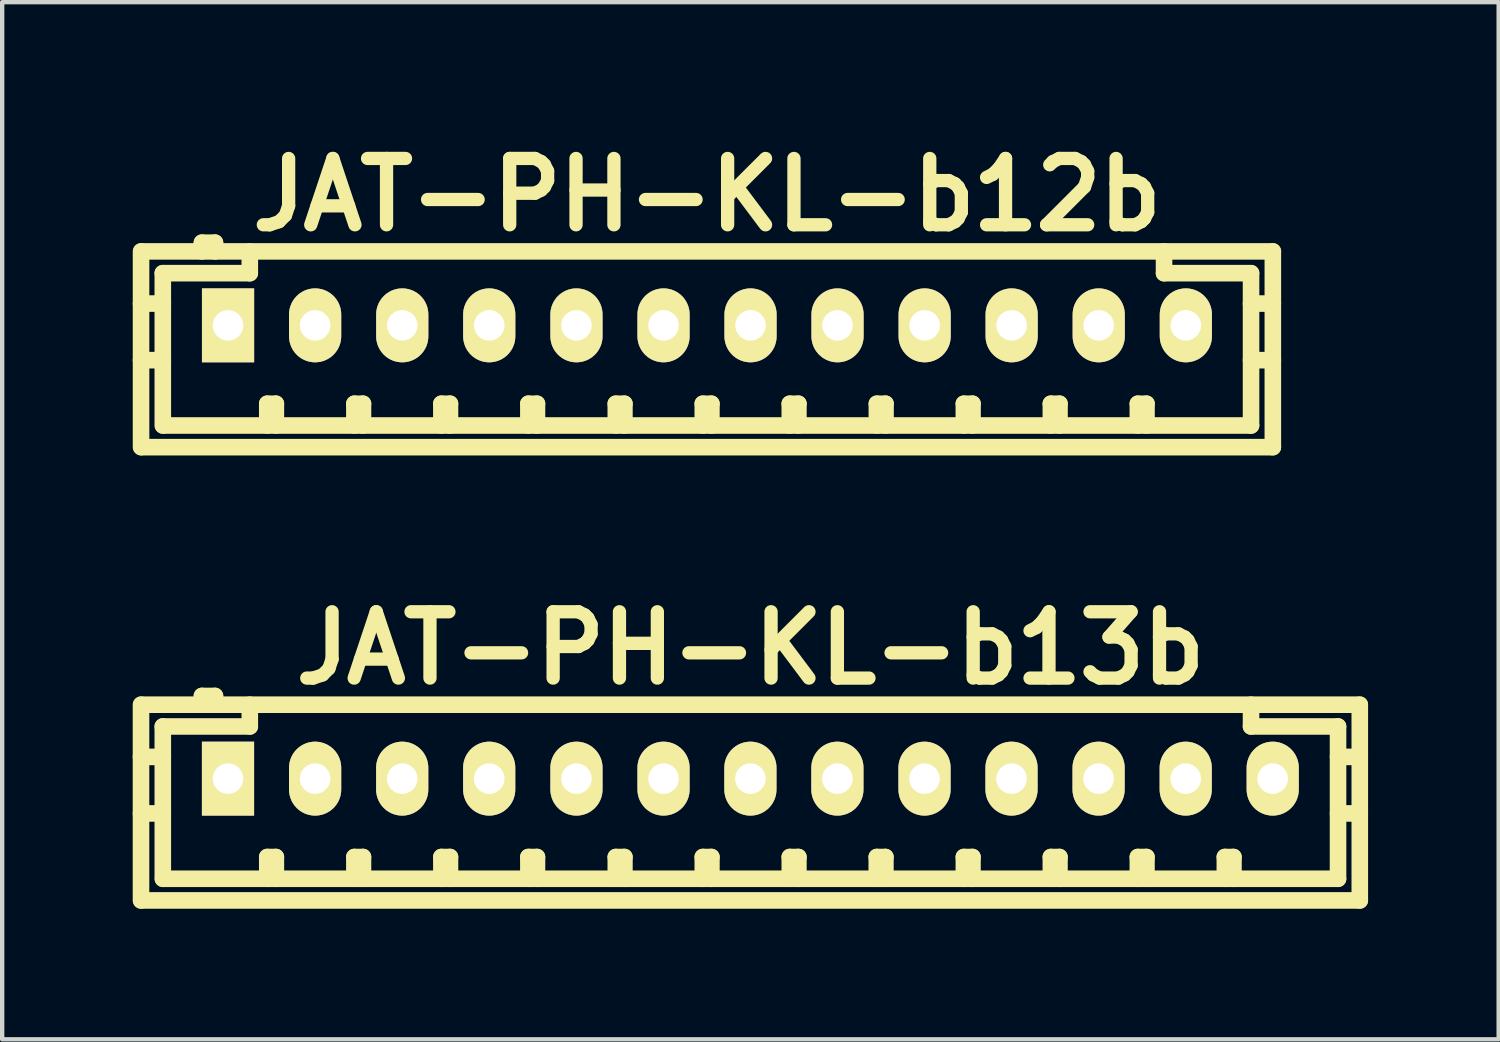
<source format=kicad_pcb>
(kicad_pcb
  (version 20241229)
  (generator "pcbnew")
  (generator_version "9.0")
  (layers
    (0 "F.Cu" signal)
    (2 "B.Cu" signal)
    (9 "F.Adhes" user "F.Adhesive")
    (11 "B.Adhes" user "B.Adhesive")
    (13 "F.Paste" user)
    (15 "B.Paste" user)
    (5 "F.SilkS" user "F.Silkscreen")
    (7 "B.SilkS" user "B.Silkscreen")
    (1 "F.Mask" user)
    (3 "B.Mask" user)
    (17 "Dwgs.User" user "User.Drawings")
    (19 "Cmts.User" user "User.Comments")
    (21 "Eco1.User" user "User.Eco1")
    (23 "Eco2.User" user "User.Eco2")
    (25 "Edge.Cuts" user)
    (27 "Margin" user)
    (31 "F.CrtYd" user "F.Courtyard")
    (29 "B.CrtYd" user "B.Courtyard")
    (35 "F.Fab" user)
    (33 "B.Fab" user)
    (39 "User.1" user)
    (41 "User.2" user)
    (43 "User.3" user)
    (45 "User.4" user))
  (footprint "JAT-PH-KL-b12b"
    (layer "F.Cu")
    (at 13.198 4.426)
    (property "Reference" "JAT-PH-KL-b12b" (at 0 -3 0) (layer "F.SilkS") (effects (font (size 1.524 1.524) (thickness 0.305))))
    (attr through_hole)
    (fp_line (start -13.007 -1.699) (end -13.007 2.799) (stroke (width 0.381) (type solid)) (layer "F.SilkS"))
    (fp_line (start -13 -1.699) (end 13 -1.699) (stroke (width 0.381) (type solid)) (layer "F.SilkS"))
    (fp_line (start -13 2.799) (end 13 2.799) (stroke (width 0.381) (type solid)) (layer "F.SilkS"))
    (fp_line (start -12.507 -1.199) (end -12.507 2.301) (stroke (width 0.381) (type solid)) (layer "F.SilkS"))
    (fp_line (start -12.507 -0.5) (end -13.007 -0.5) (stroke (width 0.381) (type solid)) (layer "F.SilkS"))
    (fp_line (start -12.507 0.8) (end -13.007 0.8) (stroke (width 0.381) (type solid)) (layer "F.SilkS"))
    (fp_line (start -11.608 -1.9) (end -11.608 -1.699) (stroke (width 0.381) (type solid)) (layer "F.SilkS"))
    (fp_line (start -11.308 -1.9) (end -11.608 -1.9) (stroke (width 0.381) (type solid)) (layer "F.SilkS"))
    (fp_line (start -11.308 -1.699) (end -11.308 -1.9) (stroke (width 0.381) (type solid)) (layer "F.SilkS"))
    (fp_line (start -10.508 -1.699) (end -10.508 -1.199) (stroke (width 0.381) (type solid)) (layer "F.SilkS"))
    (fp_line (start -10.508 -1.199) (end -12.507 -1.199) (stroke (width 0.381) (type solid)) (layer "F.SilkS"))
    (fp_line (start -10.107 1.801) (end -9.909 1.801) (stroke (width 0.381) (type solid)) (layer "F.SilkS"))
    (fp_line (start -10.107 2.301) (end -10.107 1.801) (stroke (width 0.381) (type solid)) (layer "F.SilkS"))
    (fp_line (start -9.909 1.801) (end -9.909 2.301) (stroke (width 0.381) (type solid)) (layer "F.SilkS"))
    (fp_line (start -8.105 1.801) (end -7.907 1.801) (stroke (width 0.381) (type solid)) (layer "F.SilkS"))
    (fp_line (start -8.105 2.301) (end -8.105 1.801) (stroke (width 0.381) (type solid)) (layer "F.SilkS"))
    (fp_line (start -7.907 1.801) (end -7.907 2.301) (stroke (width 0.381) (type solid)) (layer "F.SilkS"))
    (fp_line (start -6.106 1.801) (end -5.908 1.801) (stroke (width 0.381) (type solid)) (layer "F.SilkS"))
    (fp_line (start -6.106 2.301) (end -6.106 1.801) (stroke (width 0.381) (type solid)) (layer "F.SilkS"))
    (fp_line (start -5.908 1.801) (end -5.908 2.301) (stroke (width 0.381) (type solid)) (layer "F.SilkS"))
    (fp_line (start -4.107 1.801) (end -3.909 1.801) (stroke (width 0.381) (type solid)) (layer "F.SilkS"))
    (fp_line (start -4.107 2.301) (end -4.107 1.801) (stroke (width 0.381) (type solid)) (layer "F.SilkS"))
    (fp_line (start -3.909 1.801) (end -3.909 2.301) (stroke (width 0.381) (type solid)) (layer "F.SilkS"))
    (fp_line (start -2.098 1.801) (end -1.9 1.801) (stroke (width 0.381) (type solid)) (layer "F.SilkS"))
    (fp_line (start -2.098 2.301) (end -2.098 1.801) (stroke (width 0.381) (type solid)) (layer "F.SilkS"))
    (fp_line (start -1.9 1.801) (end -1.9 2.301) (stroke (width 0.381) (type solid)) (layer "F.SilkS"))
    (fp_line (start -0.099 1.801) (end 0.099 1.801) (stroke (width 0.381) (type solid)) (layer "F.SilkS"))
    (fp_line (start -0.099 2.301) (end -0.099 1.801) (stroke (width 0.381) (type solid)) (layer "F.SilkS"))
    (fp_line (start 0.099 1.801) (end 0.099 2.301) (stroke (width 0.381) (type solid)) (layer "F.SilkS"))
    (fp_line (start 1.9 1.801) (end 2.098 1.801) (stroke (width 0.381) (type solid)) (layer "F.SilkS"))
    (fp_line (start 1.9 2.301) (end 1.9 1.801) (stroke (width 0.381) (type solid)) (layer "F.SilkS"))
    (fp_line (start 2.098 1.801) (end 2.098 2.301) (stroke (width 0.381) (type solid)) (layer "F.SilkS"))
    (fp_line (start 3.901 1.801) (end 4.1 1.801) (stroke (width 0.381) (type solid)) (layer "F.SilkS"))
    (fp_line (start 3.901 2.301) (end 3.901 1.801) (stroke (width 0.381) (type solid)) (layer "F.SilkS"))
    (fp_line (start 4.1 1.801) (end 4.1 2.301) (stroke (width 0.381) (type solid)) (layer "F.SilkS"))
    (fp_line (start 5.9 1.801) (end 6.099 1.801) (stroke (width 0.381) (type solid)) (layer "F.SilkS"))
    (fp_line (start 5.9 2.301) (end 5.9 1.801) (stroke (width 0.381) (type solid)) (layer "F.SilkS"))
    (fp_line (start 6.099 1.801) (end 6.099 2.301) (stroke (width 0.381) (type solid)) (layer "F.SilkS"))
    (fp_line (start 7.899 1.801) (end 8.098 1.801) (stroke (width 0.381) (type solid)) (layer "F.SilkS"))
    (fp_line (start 7.899 2.301) (end 7.899 1.801) (stroke (width 0.381) (type solid)) (layer "F.SilkS"))
    (fp_line (start 8.098 1.801) (end 8.098 2.301) (stroke (width 0.381) (type solid)) (layer "F.SilkS"))
    (fp_line (start 9.898 1.801) (end 10.097 1.801) (stroke (width 0.381) (type solid)) (layer "F.SilkS"))
    (fp_line (start 9.898 2.301) (end 9.898 1.801) (stroke (width 0.381) (type solid)) (layer "F.SilkS"))
    (fp_line (start 10.097 1.801) (end 10.097 2.301) (stroke (width 0.381) (type solid)) (layer "F.SilkS"))
    (fp_line (start 10.5 -1.199) (end 10.5 -1.699) (stroke (width 0.381) (type solid)) (layer "F.SilkS"))
    (fp_line (start 12.499 -1.199) (end 10.5 -1.199) (stroke (width 0.381) (type solid)) (layer "F.SilkS"))
    (fp_line (start 12.499 0.8) (end 13 0.8) (stroke (width 0.381) (type solid)) (layer "F.SilkS"))
    (fp_line (start 12.499 2.301) (end -12.499 2.301) (stroke (width 0.381) (type solid)) (layer "F.SilkS"))
    (fp_line (start 12.499 2.301) (end 12.499 -1.199) (stroke (width 0.381) (type solid)) (layer "F.SilkS"))
    (fp_line (start 13 -1.699) (end 13 2.799) (stroke (width 0.381) (type solid)) (layer "F.SilkS"))
    (fp_line (start 13 -0.5) (end 12.499 -0.5) (stroke (width 0.381) (type solid)) (layer "F.SilkS"))
    (pad "1" thru_hole rect (at -11.008 0) (size 1.199 1.699) (drill 0.701) (layers "*.Cu" "*.Mask" "F.SilkS"))
    (pad "2" thru_hole oval (at -9.007 0) (size 1.199 1.699) (drill 0.701) (layers "*.Cu" "*.Mask" "F.SilkS"))
    (pad "3" thru_hole oval (at -7.005 0) (size 1.199 1.699) (drill 0.701) (layers "*.Cu" "*.Mask" "F.SilkS"))
    (pad "4" thru_hole oval (at -5.006 0) (size 1.199 1.699) (drill 0.701) (layers "*.Cu" "*.Mask" "F.SilkS"))
    (pad "5" thru_hole oval (at -3.002 0) (size 1.199 1.699) (drill 0.701) (layers "*.Cu" "*.Mask" "F.SilkS"))
    (pad "6" thru_hole oval (at -1.001 0) (size 1.199 1.699) (drill 0.701) (layers "*.Cu" "*.Mask" "F.SilkS"))
    (pad "7" thru_hole oval (at 0.998 0) (size 1.199 1.699) (drill 0.701) (layers "*.Cu" "*.Mask" "F.SilkS"))
    (pad "8" thru_hole oval (at 2.997 0) (size 1.199 1.699) (drill 0.701) (layers "*.Cu" "*.Mask" "F.SilkS"))
    (pad "9" thru_hole oval (at 4.999 0) (size 1.199 1.699) (drill 0.701) (layers "*.Cu" "*.Mask" "F.SilkS"))
    (pad "10" thru_hole oval (at 6.998 0) (size 1.199 1.699) (drill 0.701) (layers "*.Cu" "*.Mask" "F.SilkS"))
    (pad "11" thru_hole oval (at 8.999 0) (size 1.199 1.699) (drill 0.701) (layers "*.Cu" "*.Mask" "F.SilkS"))
    (pad "12" thru_hole oval (at 11.001 0) (size 1.199 1.699) (drill 0.701) (layers "*.Cu" "*.Mask" "F.SilkS")))
  (footprint "JAT-PH-KL-b13b"
    (layer "F.Cu")
    (at 14.196 14.842)
    (property "Reference" "JAT-PH-KL-b13b" (at 0 -3 0) (layer "F.SilkS") (effects (font (size 1.524 1.524) (thickness 0.305))))
    (attr through_hole)
    (fp_line (start -14.006 -1.699) (end -14.006 2.799) (stroke (width 0.381) (type solid)) (layer "F.SilkS"))
    (fp_line (start -13.505 -1.199) (end -13.505 2.301) (stroke (width 0.381) (type solid)) (layer "F.SilkS"))
    (fp_line (start -13.505 -0.5) (end -14.006 -0.5) (stroke (width 0.381) (type solid)) (layer "F.SilkS"))
    (fp_line (start -13.505 0.8) (end -14.006 0.8) (stroke (width 0.381) (type solid)) (layer "F.SilkS"))
    (fp_line (start -13.5 2.301) (end 13.5 2.301) (stroke (width 0.381) (type solid)) (layer "F.SilkS"))
    (fp_line (start -12.606 -1.9) (end -12.606 -1.699) (stroke (width 0.381) (type solid)) (layer "F.SilkS"))
    (fp_line (start -12.306 -1.9) (end -12.606 -1.9) (stroke (width 0.381) (type solid)) (layer "F.SilkS"))
    (fp_line (start -12.306 -1.699) (end -12.306 -1.9) (stroke (width 0.381) (type solid)) (layer "F.SilkS"))
    (fp_line (start -11.506 -1.699) (end -11.506 -1.199) (stroke (width 0.381) (type solid)) (layer "F.SilkS"))
    (fp_line (start -11.506 -1.199) (end -13.505 -1.199) (stroke (width 0.381) (type solid)) (layer "F.SilkS"))
    (fp_line (start -11.105 1.801) (end -10.907 1.801) (stroke (width 0.381) (type solid)) (layer "F.SilkS"))
    (fp_line (start -11.105 2.301) (end -11.105 1.801) (stroke (width 0.381) (type solid)) (layer "F.SilkS"))
    (fp_line (start -10.907 1.801) (end -10.907 2.301) (stroke (width 0.381) (type solid)) (layer "F.SilkS"))
    (fp_line (start -9.103 1.801) (end -8.905 1.801) (stroke (width 0.381) (type solid)) (layer "F.SilkS"))
    (fp_line (start -9.103 2.301) (end -9.103 1.801) (stroke (width 0.381) (type solid)) (layer "F.SilkS"))
    (fp_line (start -8.905 1.801) (end -8.905 2.301) (stroke (width 0.381) (type solid)) (layer "F.SilkS"))
    (fp_line (start -7.104 1.801) (end -6.906 1.801) (stroke (width 0.381) (type solid)) (layer "F.SilkS"))
    (fp_line (start -7.104 2.301) (end -7.104 1.801) (stroke (width 0.381) (type solid)) (layer "F.SilkS"))
    (fp_line (start -6.906 1.801) (end -6.906 2.301) (stroke (width 0.381) (type solid)) (layer "F.SilkS"))
    (fp_line (start -5.105 1.801) (end -4.907 1.801) (stroke (width 0.381) (type solid)) (layer "F.SilkS"))
    (fp_line (start -5.105 2.301) (end -5.105 1.801) (stroke (width 0.381) (type solid)) (layer "F.SilkS"))
    (fp_line (start -4.907 1.801) (end -4.907 2.301) (stroke (width 0.381) (type solid)) (layer "F.SilkS"))
    (fp_line (start -3.096 1.801) (end -2.898 1.801) (stroke (width 0.381) (type solid)) (layer "F.SilkS"))
    (fp_line (start -3.096 2.301) (end -3.096 1.801) (stroke (width 0.381) (type solid)) (layer "F.SilkS"))
    (fp_line (start -2.898 1.801) (end -2.898 2.301) (stroke (width 0.381) (type solid)) (layer "F.SilkS"))
    (fp_line (start -1.097 1.801) (end -0.899 1.801) (stroke (width 0.381) (type solid)) (layer "F.SilkS"))
    (fp_line (start -1.097 2.301) (end -1.097 1.801) (stroke (width 0.381) (type solid)) (layer "F.SilkS"))
    (fp_line (start -0.899 1.801) (end -0.899 2.301) (stroke (width 0.381) (type solid)) (layer "F.SilkS"))
    (fp_line (start 0.902 1.801) (end 1.1 1.801) (stroke (width 0.381) (type solid)) (layer "F.SilkS"))
    (fp_line (start 0.902 2.301) (end 0.902 1.801) (stroke (width 0.381) (type solid)) (layer "F.SilkS"))
    (fp_line (start 1.1 1.801) (end 1.1 2.301) (stroke (width 0.381) (type solid)) (layer "F.SilkS"))
    (fp_line (start 2.901 1.801) (end 3.099 1.801) (stroke (width 0.381) (type solid)) (layer "F.SilkS"))
    (fp_line (start 2.901 2.301) (end 2.901 1.801) (stroke (width 0.381) (type solid)) (layer "F.SilkS"))
    (fp_line (start 3.099 1.801) (end 3.099 2.301) (stroke (width 0.381) (type solid)) (layer "F.SilkS"))
    (fp_line (start 4.902 1.801) (end 5.1 1.801) (stroke (width 0.381) (type solid)) (layer "F.SilkS"))
    (fp_line (start 4.902 2.301) (end 4.902 1.801) (stroke (width 0.381) (type solid)) (layer "F.SilkS"))
    (fp_line (start 5.1 1.801) (end 5.1 2.301) (stroke (width 0.381) (type solid)) (layer "F.SilkS"))
    (fp_line (start 6.901 1.801) (end 7.099 1.801) (stroke (width 0.381) (type solid)) (layer "F.SilkS"))
    (fp_line (start 6.901 2.301) (end 6.901 1.801) (stroke (width 0.381) (type solid)) (layer "F.SilkS"))
    (fp_line (start 7.099 1.801) (end 7.099 2.301) (stroke (width 0.381) (type solid)) (layer "F.SilkS"))
    (fp_line (start 8.9 1.801) (end 9.098 1.801) (stroke (width 0.381) (type solid)) (layer "F.SilkS"))
    (fp_line (start 8.9 2.301) (end 8.9 1.801) (stroke (width 0.381) (type solid)) (layer "F.SilkS"))
    (fp_line (start 9.098 1.801) (end 9.098 2.301) (stroke (width 0.381) (type solid)) (layer "F.SilkS"))
    (fp_line (start 10.899 1.801) (end 11.097 1.801) (stroke (width 0.381) (type solid)) (layer "F.SilkS"))
    (fp_line (start 10.899 2.301) (end 10.899 1.801) (stroke (width 0.381) (type solid)) (layer "F.SilkS"))
    (fp_line (start 11.097 1.801) (end 11.097 2.301) (stroke (width 0.381) (type solid)) (layer "F.SilkS"))
    (fp_line (start 11.501 -1.199) (end 11.501 -1.699) (stroke (width 0.381) (type solid)) (layer "F.SilkS"))
    (fp_line (start 13.5 -1.199) (end 11.501 -1.199) (stroke (width 0.381) (type solid)) (layer "F.SilkS"))
    (fp_line (start 13.5 0.8) (end 14 0.8) (stroke (width 0.381) (type solid)) (layer "F.SilkS"))
    (fp_line (start 13.5 2.301) (end 13.5 -1.199) (stroke (width 0.381) (type solid)) (layer "F.SilkS"))
    (fp_line (start 14 -1.699) (end -14 -1.699) (stroke (width 0.381) (type solid)) (layer "F.SilkS"))
    (fp_line (start 14 -1.699) (end 14 2.799) (stroke (width 0.381) (type solid)) (layer "F.SilkS"))
    (fp_line (start 14 -0.5) (end 13.5 -0.5) (stroke (width 0.381) (type solid)) (layer "F.SilkS"))
    (fp_line (start 14 2.799) (end -14 2.799) (stroke (width 0.381) (type solid)) (layer "F.SilkS"))
    (pad "1" thru_hole rect (at -12.007 0) (size 1.199 1.699) (drill 0.701) (layers "*.Cu" "*.Mask" "F.SilkS"))
    (pad "2" thru_hole oval (at -10.005 0) (size 1.199 1.699) (drill 0.701) (layers "*.Cu" "*.Mask" "F.SilkS"))
    (pad "3" thru_hole oval (at -8.004 0) (size 1.199 1.699) (drill 0.701) (layers "*.Cu" "*.Mask" "F.SilkS"))
    (pad "4" thru_hole oval (at -6.005 0) (size 1.199 1.699) (drill 0.701) (layers "*.Cu" "*.Mask" "F.SilkS"))
    (pad "5" thru_hole oval (at -4 0) (size 1.199 1.699) (drill 0.701) (layers "*.Cu" "*.Mask" "F.SilkS"))
    (pad "6" thru_hole oval (at -1.999 0) (size 1.199 1.699) (drill 0.701) (layers "*.Cu" "*.Mask" "F.SilkS"))
    (pad "7" thru_hole oval (at -0.003 0) (size 1.199 1.699) (drill 0.701) (layers "*.Cu" "*.Mask" "F.SilkS"))
    (pad "8" thru_hole oval (at 1.996 0) (size 1.199 1.699) (drill 0.701) (layers "*.Cu" "*.Mask" "F.SilkS"))
    (pad "9" thru_hole oval (at 3.998 0) (size 1.199 1.699) (drill 0.701) (layers "*.Cu" "*.Mask" "F.SilkS"))
    (pad "10" thru_hole oval (at 5.997 0) (size 1.199 1.699) (drill 0.701) (layers "*.Cu" "*.Mask" "F.SilkS"))
    (pad "11" thru_hole oval (at 7.998 0) (size 1.199 1.699) (drill 0.701) (layers "*.Cu" "*.Mask" "F.SilkS"))
    (pad "12" thru_hole oval (at 10 0) (size 1.199 1.699) (drill 0.701) (layers "*.Cu" "*.Mask" "F.SilkS"))
    (pad "13" thru_hole oval (at 11.999 0) (size 1.199 1.699) (drill 0.701) (layers "*.Cu" "*.Mask" "F.SilkS")))
  (gr_rect
    (start -3 -3)
    (end 31.387 20.832)
    (stroke (width 0.1) (type default))
    (fill no)
    (layer "Edge.Cuts")))
</source>
